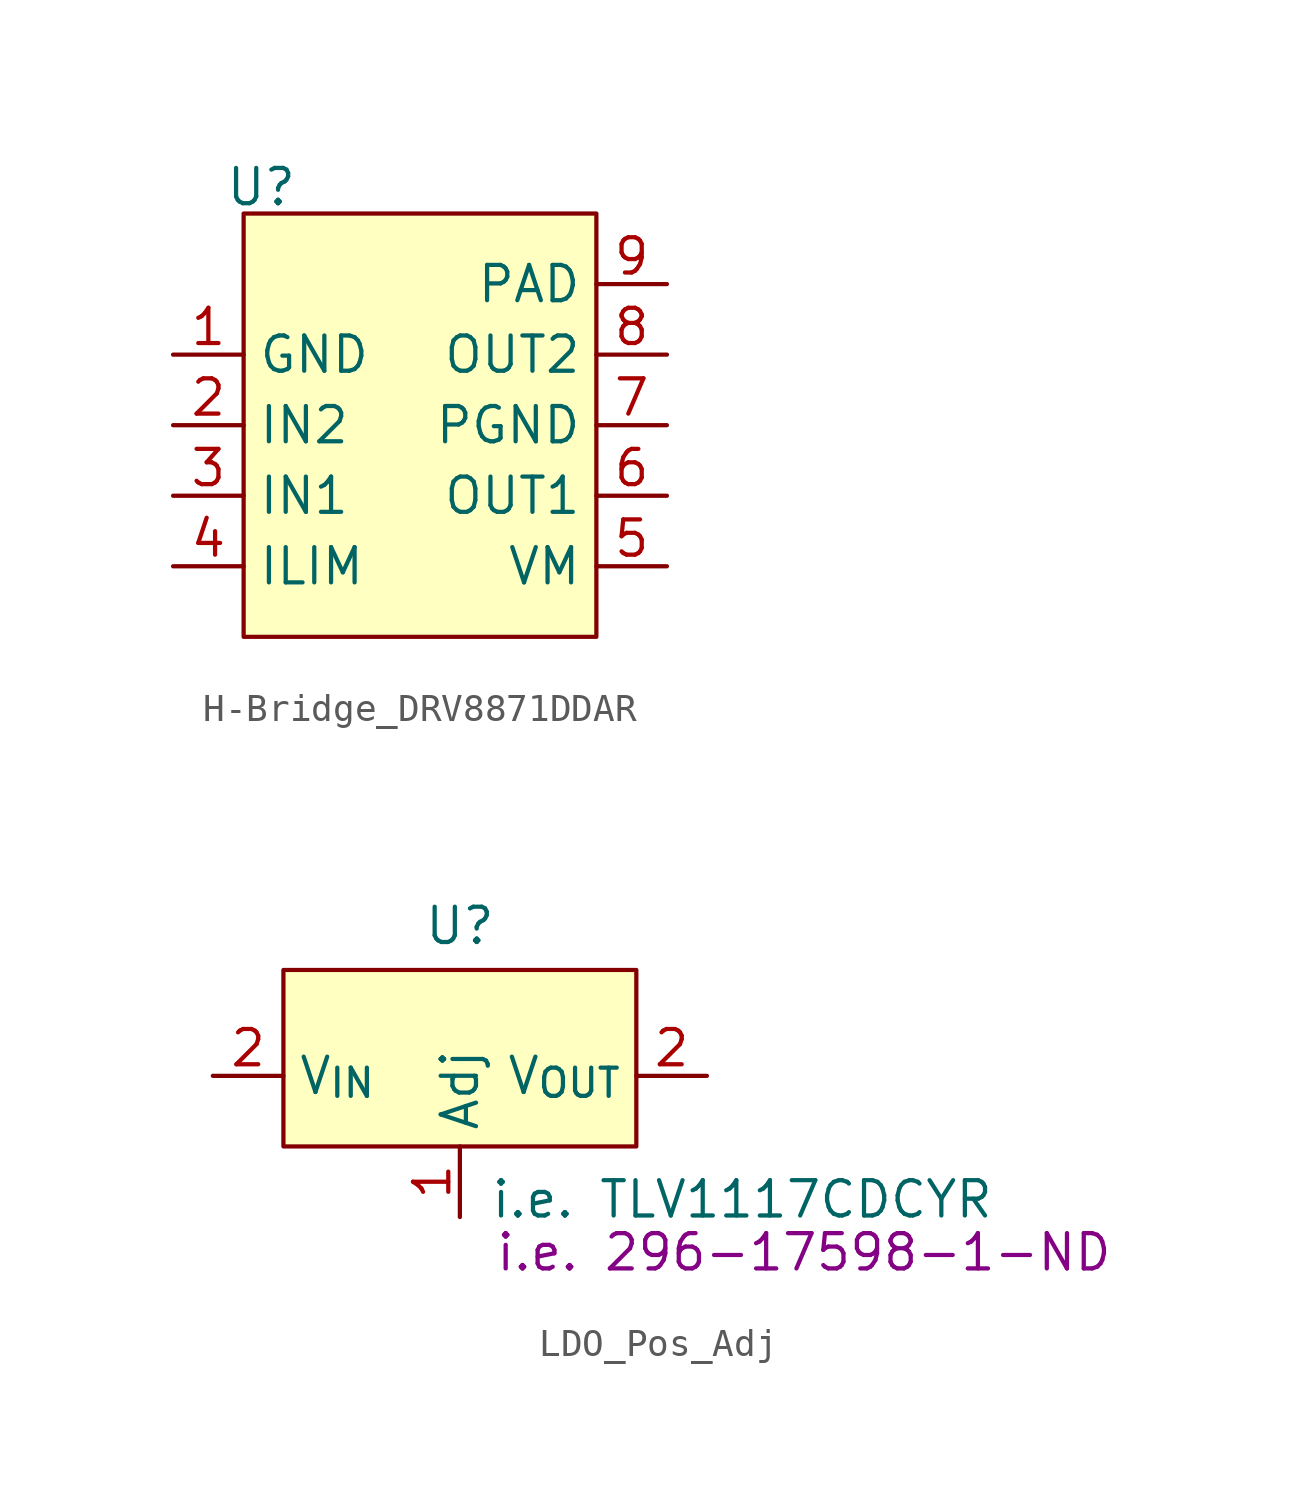
<source format=kicad_sym>
(kicad_symbol_lib
  (version 20220914)
  (generator kicad_symbol_editor)
  (symbol "H-Bridge_DRV8871DDAR"
    (property "Reference" "U"
      (at 3.175 6.032 0)
      (effects (font (size 1.27 1.27))))
    (property "Value" ""
      (at 0 0 0)
      (effects (font (size 1.27 1.27))))
    (symbol "H-Bridge_DRV8871DDAR_1_1"
      (rectangle (start 2.54 5.08) (end 15.24 -10.16) (stroke (width 0) (type default)) (fill (type background)))
      (pin passive line (at 0 0 0) (length 2.54) (name "GND" (effects (font (size 1.27 1.27)))) (number "1" (effects (font (size 1.27 1.27)))))
      (pin passive line (at 0 -2.54 0) (length 2.54) (name "IN2" (effects (font (size 1.27 1.27)))) (number "2" (effects (font (size 1.27 1.27)))))
      (pin passive line (at 0 -5.08 0) (length 2.54) (name "IN1" (effects (font (size 1.27 1.27)))) (number "3" (effects (font (size 1.27 1.27)))))
      (pin passive line (at 0 -7.62 0) (length 2.54) (name "ILIM" (effects (font (size 1.27 1.27)))) (number "4" (effects (font (size 1.27 1.27)))))
      (pin passive line (at 17.78 -7.62 180) (length 2.54) (name "VM" (effects (font (size 1.27 1.27)))) (number "5" (effects (font (size 1.27 1.27)))))
      (pin passive line (at 17.78 -5.08 180) (length 2.54) (name "OUT1" (effects (font (size 1.27 1.27)))) (number "6" (effects (font (size 1.27 1.27)))))
      (pin passive line (at 17.78 -2.54 180) (length 2.54) (name "PGND" (effects (font (size 1.27 1.27)))) (number "7" (effects (font (size 1.27 1.27)))))
      (pin passive line (at 17.78 0 180) (length 2.54) (name "OUT2" (effects (font (size 1.27 1.27)))) (number "8" (effects (font (size 1.27 1.27)))))
      (pin passive line (at 17.78 2.54 180) (length 2.54) (name "PAD" (effects (font (size 1.27 1.27)))) (number "9" (effects (font (size 1.27 1.27)))))))
  (symbol "LDO_Pos_Adj"
    (property "Reference" "U"
      (at 0 10.477 0)
      (effects (font (size 1.27 1.27))))
    (property "Value" "i.e. TLV1117CDCYR"
      (at 10.16 0.635 0)
      (effects (font (size 1.27 1.27))))
    (property "PartNo." "i.e. 296-17598-1-ND"
      (at 12.383 -1.27 0)
      (effects (font (size 1.27 1.27))))
    (symbol "LDO_Pos_Adj_1_1"
      (rectangle (start -6.35 8.89) (end 6.35 2.54) (stroke (width 0) (type default)) (fill (type background)))
      (pin passive line (at 0 0 90) (length 2.54) (name "Adj" (effects (font (size 1.27 1.27)))) (number "1" (effects (font (size 1.27 1.27)))))
      (pin passive line (at -8.89 5.08 0) (length 2.54) (name "V_{IN}" (effects (font (size 1.27 1.27)))) (number "2" (effects (font (size 1.27 1.27)))))
      (pin passive line (at 8.89 5.08 180) (length 2.54) (name "V_{OUT}" (effects (font (size 1.27 1.27)))) (number "2" (effects (font (size 1.27 1.27))))))))
</source>
